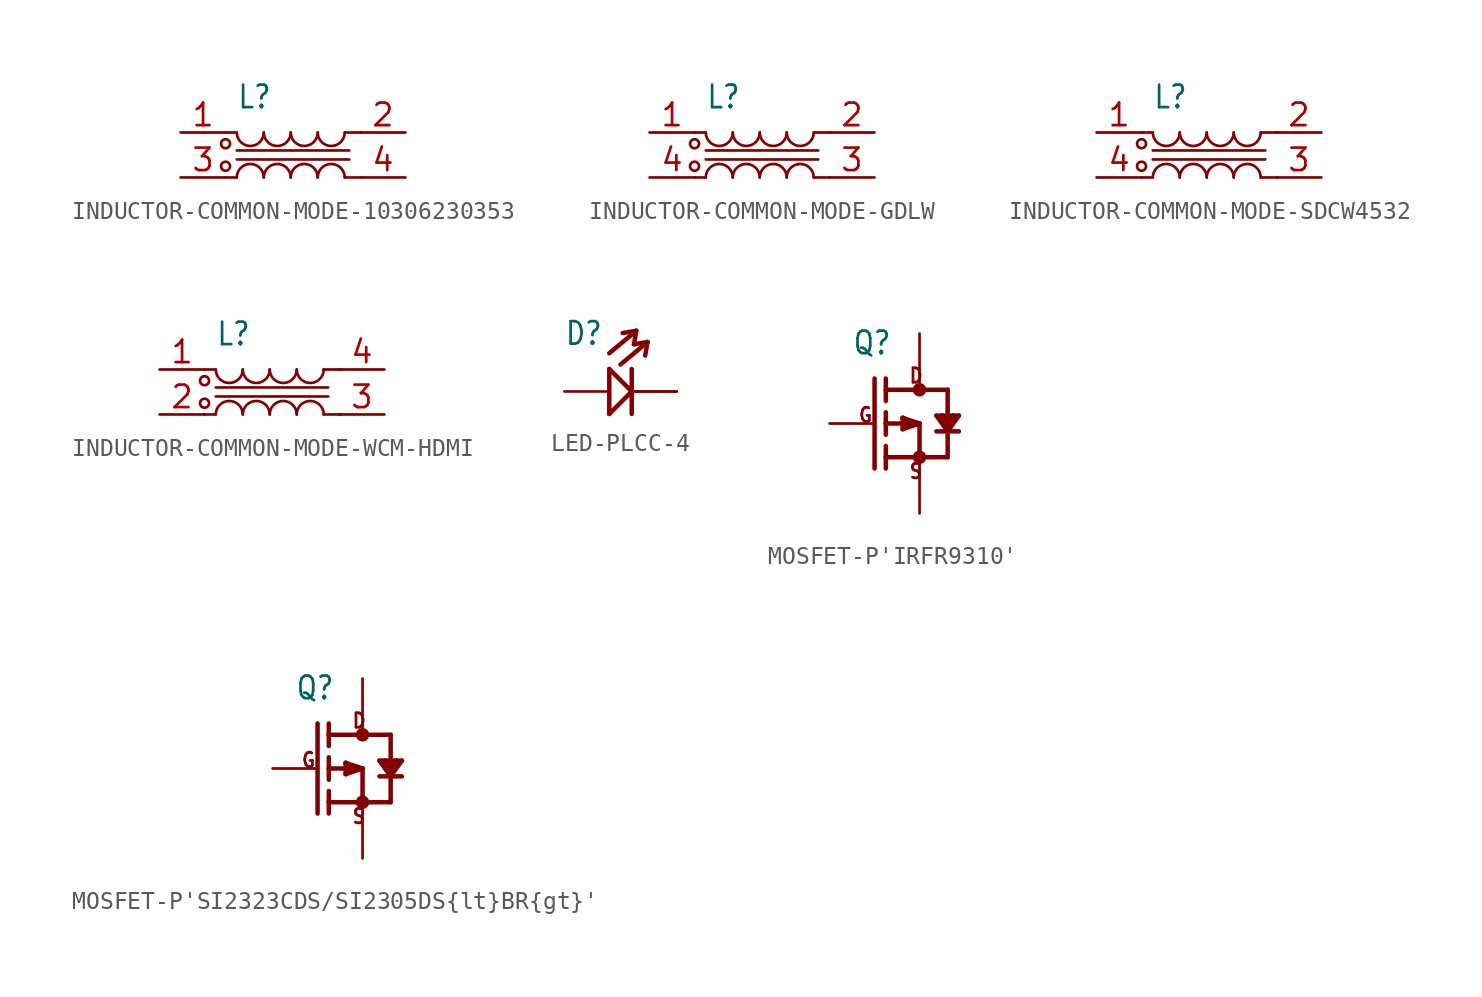
<source format=kicad_sym>
(kicad_symbol_lib
  (version 20220914)
  (generator kicad_symbol_editor)
  (symbol "INDUCTOR-COMMON-MODE-10306230353"
    (property "Reference" "L"
      (at -3.175 2.54 0)
      (effects (font (size 1.27 1.079)) (justify left bottom)))
    (property "Value" ""
      (at -3.175 1.27 0)
      (effects (font (size 1.27 1.079)) (justify left bottom)))
    (property "ki_locked" ""
      (at 0 0 0)
      (effects (font (size 1.27 1.27))))
    (symbol "INDUCTOR-COMMON-MODE-10306230353_1_0"
      (circle (center -3.81 -0.635) (radius 0.254) (stroke (width 0) (type solid)) (fill (type none)))
      (circle (center -3.81 0.635) (radius 0.254) (stroke (width 0) (type solid)) (fill (type none)))
      (arc (start -3.175 1.27) (mid -2.413 0.508) (end -1.651 1.27) (stroke (width 0.1524) (type solid)) (fill (type none)))
      (arc (start -1.651 -1.27) (mid -2.413 -0.508) (end -3.175 -1.27) (stroke (width 0.1524) (type solid)) (fill (type none)))
      (arc (start -1.651 1.27) (mid -0.889 0.508) (end -0.127 1.27) (stroke (width 0.1524) (type solid)) (fill (type none)))
      (arc (start -0.127 -1.27) (mid -0.889 -0.508) (end -1.651 -1.27) (stroke (width 0.1524) (type solid)) (fill (type none)))
      (arc (start -0.127 1.27) (mid 0.635 0.508) (end 1.397 1.27) (stroke (width 0.1524) (type solid)) (fill (type none)))
      (polyline (pts (xy -3.175 -1.27) (xy -3.81 -1.27)) (stroke (width 0.152) (type solid)) (fill (type none)))
      (polyline (pts (xy -3.175 1.27) (xy -3.81 1.27)) (stroke (width 0.152) (type solid)) (fill (type none)))
      (polyline (pts (xy 2.921 -1.27) (xy 3.873 -1.27)) (stroke (width 0.152) (type solid)) (fill (type none)))
      (polyline (pts (xy 2.921 1.27) (xy 3.873 1.27)) (stroke (width 0.152) (type solid)) (fill (type none)))
      (polyline (pts (xy 3.175 -0.254) (xy -3.175 -0.254)) (stroke (width 0.152) (type solid)) (fill (type none)))
      (polyline (pts (xy 3.175 0.254) (xy -3.175 0.254)) (stroke (width 0.152) (type solid)) (fill (type none)))
      (arc (start 1.397 -1.27) (mid 0.635 -0.508) (end -0.127 -1.27) (stroke (width 0.1524) (type solid)) (fill (type none)))
      (arc (start 1.397 1.27) (mid 2.159 0.508) (end 2.921 1.27) (stroke (width 0.1524) (type solid)) (fill (type none)))
      (arc (start 2.921 -1.27) (mid 2.159 -0.508) (end 1.397 -1.27) (stroke (width 0.1524) (type solid)) (fill (type none)))
      (pin bidirectional line (at -6.35 1.27 0) (length 2.54) (name "1" (effects (font (size 0 0)))) (number "1" (effects (font (size 1.27 1.27)))))
      (pin bidirectional line (at 6.35 1.27 180) (length 2.54) (name "2" (effects (font (size 0 0)))) (number "2" (effects (font (size 1.27 1.27)))))
      (pin bidirectional line (at -6.35 -1.27 0) (length 2.54) (name "4" (effects (font (size 0 0)))) (number "3" (effects (font (size 1.27 1.27)))))
      (pin bidirectional line (at 6.35 -1.27 180) (length 2.54) (name "3" (effects (font (size 0 0)))) (number "4" (effects (font (size 1.27 1.27)))))))
  (symbol "INDUCTOR-COMMON-MODE-GDLW"
    (property "Reference" "L"
      (at -3.175 2.54 0)
      (effects (font (size 1.27 1.079)) (justify left bottom)))
    (property "Value" ""
      (at -3.175 1.27 0)
      (effects (font (size 1.27 1.079)) (justify left bottom)))
    (property "ki_locked" ""
      (at 0 0 0)
      (effects (font (size 1.27 1.27))))
    (symbol "INDUCTOR-COMMON-MODE-GDLW_1_0"
      (circle (center -3.81 -0.635) (radius 0.254) (stroke (width 0) (type solid)) (fill (type none)))
      (circle (center -3.81 0.635) (radius 0.254) (stroke (width 0) (type solid)) (fill (type none)))
      (arc (start -3.175 1.27) (mid -2.413 0.508) (end -1.651 1.27) (stroke (width 0.1524) (type solid)) (fill (type none)))
      (arc (start -1.651 -1.27) (mid -2.413 -0.508) (end -3.175 -1.27) (stroke (width 0.1524) (type solid)) (fill (type none)))
      (arc (start -1.651 1.27) (mid -0.889 0.508) (end -0.127 1.27) (stroke (width 0.1524) (type solid)) (fill (type none)))
      (arc (start -0.127 -1.27) (mid -0.889 -0.508) (end -1.651 -1.27) (stroke (width 0.1524) (type solid)) (fill (type none)))
      (arc (start -0.127 1.27) (mid 0.635 0.508) (end 1.397 1.27) (stroke (width 0.1524) (type solid)) (fill (type none)))
      (polyline (pts (xy -3.175 -1.27) (xy -3.81 -1.27)) (stroke (width 0.152) (type solid)) (fill (type none)))
      (polyline (pts (xy -3.175 1.27) (xy -3.81 1.27)) (stroke (width 0.152) (type solid)) (fill (type none)))
      (polyline (pts (xy 2.921 -1.27) (xy 3.873 -1.27)) (stroke (width 0.152) (type solid)) (fill (type none)))
      (polyline (pts (xy 2.921 1.27) (xy 3.873 1.27)) (stroke (width 0.152) (type solid)) (fill (type none)))
      (polyline (pts (xy 3.175 -0.254) (xy -3.175 -0.254)) (stroke (width 0.152) (type solid)) (fill (type none)))
      (polyline (pts (xy 3.175 0.254) (xy -3.175 0.254)) (stroke (width 0.152) (type solid)) (fill (type none)))
      (arc (start 1.397 -1.27) (mid 0.635 -0.508) (end -0.127 -1.27) (stroke (width 0.1524) (type solid)) (fill (type none)))
      (arc (start 1.397 1.27) (mid 2.159 0.508) (end 2.921 1.27) (stroke (width 0.1524) (type solid)) (fill (type none)))
      (arc (start 2.921 -1.27) (mid 2.159 -0.508) (end 1.397 -1.27) (stroke (width 0.1524) (type solid)) (fill (type none)))
      (pin bidirectional line (at -6.35 1.27 0) (length 2.54) (name "1" (effects (font (size 0 0)))) (number "1" (effects (font (size 1.27 1.27)))))
      (pin bidirectional line (at 6.35 1.27 180) (length 2.54) (name "2" (effects (font (size 0 0)))) (number "2" (effects (font (size 1.27 1.27)))))
      (pin bidirectional line (at 6.35 -1.27 180) (length 2.54) (name "3" (effects (font (size 0 0)))) (number "3" (effects (font (size 1.27 1.27)))))
      (pin bidirectional line (at -6.35 -1.27 0) (length 2.54) (name "4" (effects (font (size 0 0)))) (number "4" (effects (font (size 1.27 1.27)))))))
  (symbol "INDUCTOR-COMMON-MODE-SDCW4532"
    (property "Reference" "L"
      (at -3.175 2.54 0)
      (effects (font (size 1.27 1.079)) (justify left bottom)))
    (property "Value" ""
      (at -3.175 1.27 0)
      (effects (font (size 1.27 1.079)) (justify left bottom)))
    (property "ki_locked" ""
      (at 0 0 0)
      (effects (font (size 1.27 1.27))))
    (symbol "INDUCTOR-COMMON-MODE-SDCW4532_1_0"
      (circle (center -3.81 -0.635) (radius 0.254) (stroke (width 0) (type solid)) (fill (type none)))
      (circle (center -3.81 0.635) (radius 0.254) (stroke (width 0) (type solid)) (fill (type none)))
      (arc (start -3.175 1.27) (mid -2.413 0.508) (end -1.651 1.27) (stroke (width 0.1524) (type solid)) (fill (type none)))
      (arc (start -1.651 -1.27) (mid -2.413 -0.508) (end -3.175 -1.27) (stroke (width 0.1524) (type solid)) (fill (type none)))
      (arc (start -1.651 1.27) (mid -0.889 0.508) (end -0.127 1.27) (stroke (width 0.1524) (type solid)) (fill (type none)))
      (arc (start -0.127 -1.27) (mid -0.889 -0.508) (end -1.651 -1.27) (stroke (width 0.1524) (type solid)) (fill (type none)))
      (arc (start -0.127 1.27) (mid 0.635 0.508) (end 1.397 1.27) (stroke (width 0.1524) (type solid)) (fill (type none)))
      (polyline (pts (xy -3.175 -1.27) (xy -3.81 -1.27)) (stroke (width 0.152) (type solid)) (fill (type none)))
      (polyline (pts (xy -3.175 1.27) (xy -3.81 1.27)) (stroke (width 0.152) (type solid)) (fill (type none)))
      (polyline (pts (xy 2.921 -1.27) (xy 3.873 -1.27)) (stroke (width 0.152) (type solid)) (fill (type none)))
      (polyline (pts (xy 2.921 1.27) (xy 3.873 1.27)) (stroke (width 0.152) (type solid)) (fill (type none)))
      (polyline (pts (xy 3.175 -0.254) (xy -3.175 -0.254)) (stroke (width 0.152) (type solid)) (fill (type none)))
      (polyline (pts (xy 3.175 0.254) (xy -3.175 0.254)) (stroke (width 0.152) (type solid)) (fill (type none)))
      (arc (start 1.397 -1.27) (mid 0.635 -0.508) (end -0.127 -1.27) (stroke (width 0.1524) (type solid)) (fill (type none)))
      (arc (start 1.397 1.27) (mid 2.159 0.508) (end 2.921 1.27) (stroke (width 0.1524) (type solid)) (fill (type none)))
      (arc (start 2.921 -1.27) (mid 2.159 -0.508) (end 1.397 -1.27) (stroke (width 0.1524) (type solid)) (fill (type none)))
      (pin bidirectional line (at -6.35 1.27 0) (length 2.54) (name "1" (effects (font (size 0 0)))) (number "1" (effects (font (size 1.27 1.27)))))
      (pin bidirectional line (at 6.35 1.27 180) (length 2.54) (name "2" (effects (font (size 0 0)))) (number "2" (effects (font (size 1.27 1.27)))))
      (pin bidirectional line (at 6.35 -1.27 180) (length 2.54) (name "3" (effects (font (size 0 0)))) (number "3" (effects (font (size 1.27 1.27)))))
      (pin bidirectional line (at -6.35 -1.27 0) (length 2.54) (name "4" (effects (font (size 0 0)))) (number "4" (effects (font (size 1.27 1.27)))))))
  (symbol "INDUCTOR-COMMON-MODE-WCM-HDMI"
    (property "Reference" "L"
      (at -3.175 2.54 0)
      (effects (font (size 1.27 1.079)) (justify left bottom)))
    (property "Value" ""
      (at -3.175 1.27 0)
      (effects (font (size 1.27 1.079)) (justify left bottom)))
    (property "ki_locked" ""
      (at 0 0 0)
      (effects (font (size 1.27 1.27))))
    (symbol "INDUCTOR-COMMON-MODE-WCM-HDMI_1_0"
      (circle (center -3.81 -0.635) (radius 0.254) (stroke (width 0) (type solid)) (fill (type none)))
      (circle (center -3.81 0.635) (radius 0.254) (stroke (width 0) (type solid)) (fill (type none)))
      (arc (start -3.175 1.27) (mid -2.413 0.508) (end -1.651 1.27) (stroke (width 0.1524) (type solid)) (fill (type none)))
      (arc (start -1.651 -1.27) (mid -2.413 -0.508) (end -3.175 -1.27) (stroke (width 0.1524) (type solid)) (fill (type none)))
      (arc (start -1.651 1.27) (mid -0.889 0.508) (end -0.127 1.27) (stroke (width 0.1524) (type solid)) (fill (type none)))
      (arc (start -0.127 -1.27) (mid -0.889 -0.508) (end -1.651 -1.27) (stroke (width 0.1524) (type solid)) (fill (type none)))
      (arc (start -0.127 1.27) (mid 0.635 0.508) (end 1.397 1.27) (stroke (width 0.1524) (type solid)) (fill (type none)))
      (polyline (pts (xy -3.175 -1.27) (xy -3.81 -1.27)) (stroke (width 0.152) (type solid)) (fill (type none)))
      (polyline (pts (xy -3.175 1.27) (xy -3.81 1.27)) (stroke (width 0.152) (type solid)) (fill (type none)))
      (polyline (pts (xy 2.921 -1.27) (xy 3.873 -1.27)) (stroke (width 0.152) (type solid)) (fill (type none)))
      (polyline (pts (xy 2.921 1.27) (xy 3.873 1.27)) (stroke (width 0.152) (type solid)) (fill (type none)))
      (polyline (pts (xy 3.175 -0.254) (xy -3.175 -0.254)) (stroke (width 0.152) (type solid)) (fill (type none)))
      (polyline (pts (xy 3.175 0.254) (xy -3.175 0.254)) (stroke (width 0.152) (type solid)) (fill (type none)))
      (arc (start 1.397 -1.27) (mid 0.635 -0.508) (end -0.127 -1.27) (stroke (width 0.1524) (type solid)) (fill (type none)))
      (arc (start 1.397 1.27) (mid 2.159 0.508) (end 2.921 1.27) (stroke (width 0.1524) (type solid)) (fill (type none)))
      (arc (start 2.921 -1.27) (mid 2.159 -0.508) (end 1.397 -1.27) (stroke (width 0.1524) (type solid)) (fill (type none)))
      (pin bidirectional line (at -6.35 1.27 0) (length 2.54) (name "1" (effects (font (size 0 0)))) (number "1" (effects (font (size 1.27 1.27)))))
      (pin bidirectional line (at -6.35 -1.27 0) (length 2.54) (name "4" (effects (font (size 0 0)))) (number "2" (effects (font (size 1.27 1.27)))))
      (pin bidirectional line (at 6.35 -1.27 180) (length 2.54) (name "3" (effects (font (size 0 0)))) (number "3" (effects (font (size 1.27 1.27)))))
      (pin bidirectional line (at 6.35 1.27 180) (length 2.54) (name "2" (effects (font (size 0 0)))) (number "4" (effects (font (size 1.27 1.27)))))))
  (symbol "LED-PLCC-4"
    (property "Reference" "D"
      (at -2.54 2.54 0)
      (effects (font (size 1.27 1.079)) (justify left bottom)))
    (property "Value" ""
      (at -2.54 1.27 0)
      (effects (font (size 1.27 1.079)) (justify left bottom)))
    (property "ki_locked" ""
      (at 0 0 0)
      (effects (font (size 1.27 1.27))))
    (symbol "LED-PLCC-4_1_0"
      (polyline (pts (xy 0 -1.27) (xy 1.27 0)) (stroke (width 0.254) (type solid)) (fill (type none)))
      (polyline (pts (xy 0 1.27) (xy 0 -1.27)) (stroke (width 0.254) (type solid)) (fill (type none)))
      (polyline (pts (xy 0 2.159) (xy 1.524 3.429)) (stroke (width 0.254) (type solid)) (fill (type none)))
      (polyline (pts (xy 0.635 1.524) (xy 2.159 2.794)) (stroke (width 0.254) (type solid)) (fill (type none)))
      (polyline (pts (xy 1.27 0) (xy 0 1.27)) (stroke (width 0.254) (type solid)) (fill (type none)))
      (polyline (pts (xy 1.27 0) (xy 1.27 -1.27)) (stroke (width 0.254) (type solid)) (fill (type none)))
      (polyline (pts (xy 1.27 1.27) (xy 1.27 0)) (stroke (width 0.254) (type solid)) (fill (type none)))
      (polyline (pts (xy 1.524 3.429) (xy 0.762 3.302)) (stroke (width 0.254) (type solid)) (fill (type none)))
      (polyline (pts (xy 1.524 3.429) (xy 1.397 2.667)) (stroke (width 0.254) (type solid)) (fill (type none)))
      (polyline (pts (xy 2.159 2.794) (xy 1.397 2.667)) (stroke (width 0.254) (type solid)) (fill (type none)))
      (polyline (pts (xy 2.159 2.794) (xy 2.032 2.032)) (stroke (width 0.254) (type solid)) (fill (type none)))
      (pin passive line (at 3.81 0 180) (length 2.54) (name "-" (effects (font (size 0 0)))) (number "1-1" (effects (font (size 0 0)))))
      (pin passive line (at 3.81 0 180) (length 2.54) (name "-" (effects (font (size 0 0)))) (number "1-2" (effects (font (size 0 0)))))
      (pin passive line (at -2.54 0 0) (length 2.54) (name "+" (effects (font (size 0 0)))) (number "2" (effects (font (size 0 0)))))))
  (symbol "MOSFET-P'IRFR9310'"
    (property "Reference" "Q"
      (at -3.81 3.81 0)
      (effects (font (size 1.27 1.079)) (justify left bottom)))
    (property "Value" ""
      (at -3.81 2.54 0)
      (effects (font (size 1.27 1.079)) (justify left bottom)))
    (property "ki_locked" ""
      (at 0 0 0)
      (effects (font (size 1.27 1.27))))
    (symbol "MOSFET-P'IRFR9310'_1_0"
      (circle (center 0 -1.905) (radius 0.254) (stroke (width 0.254) (type solid)) (fill (type none)))
      (polyline (pts (xy -2.54 2.54) (xy -2.54 -2.54)) (stroke (width 0.254) (type solid)) (fill (type none)))
      (polyline (pts (xy -1.905 -2.54) (xy -1.905 -1.905)) (stroke (width 0.254) (type solid)) (fill (type none)))
      (polyline (pts (xy -1.905 -1.905) (xy -1.905 -1.27)) (stroke (width 0.254) (type solid)) (fill (type none)))
      (polyline (pts (xy -1.905 -1.905) (xy 0 -1.905)) (stroke (width 0.254) (type solid)) (fill (type none)))
      (polyline (pts (xy -1.905 0) (xy -1.905 -0.635)) (stroke (width 0.254) (type solid)) (fill (type none)))
      (polyline (pts (xy -1.905 0) (xy -0.318 0)) (stroke (width 0.254) (type solid)) (fill (type none)))
      (polyline (pts (xy -1.905 0.635) (xy -1.905 0)) (stroke (width 0.254) (type solid)) (fill (type none)))
      (polyline (pts (xy -1.905 1.905) (xy -1.905 1.27)) (stroke (width 0.254) (type solid)) (fill (type none)))
      (polyline (pts (xy -1.905 1.905) (xy 0 1.905)) (stroke (width 0.254) (type solid)) (fill (type none)))
      (polyline (pts (xy -1.905 2.54) (xy -1.905 1.905)) (stroke (width 0.254) (type solid)) (fill (type none)))
      (polyline (pts (xy -0.953 -0.318) (xy -0.318 0)) (stroke (width 0.254) (type solid)) (fill (type none)))
      (polyline (pts (xy -0.953 0.318) (xy -0.953 -0.318)) (stroke (width 0.254) (type solid)) (fill (type none)))
      (polyline (pts (xy -0.953 0.318) (xy -0.508 -0.127)) (stroke (width 0.254) (type solid)) (fill (type none)))
      (polyline (pts (xy -0.318 0) (xy -0.953 0.318)) (stroke (width 0.254) (type solid)) (fill (type none)))
      (polyline (pts (xy -0.318 0) (xy 0 0)) (stroke (width 0.152) (type solid)) (fill (type none)))
      (polyline (pts (xy 0 -1.905) (xy 0 -2.54)) (stroke (width 0.152) (type solid)) (fill (type none)))
      (polyline (pts (xy 0 0) (xy -0.953 -0.318)) (stroke (width 0.254) (type solid)) (fill (type none)))
      (polyline (pts (xy 0 0) (xy -0.953 0.318)) (stroke (width 0.254) (type solid)) (fill (type none)))
      (polyline (pts (xy 0 0) (xy 0 -1.905)) (stroke (width 0.254) (type solid)) (fill (type none)))
      (polyline (pts (xy 0 1.905) (xy 1.587 1.905)) (stroke (width 0.254) (type solid)) (fill (type none)))
      (polyline (pts (xy 0 2.54) (xy 0 1.905)) (stroke (width 0.152) (type solid)) (fill (type none)))
      (polyline (pts (xy 0.953 -0.445) (xy 1.587 -0.445)) (stroke (width 0.254) (type solid)) (fill (type none)))
      (polyline (pts (xy 0.953 0.445) (xy 1.27 0.445)) (stroke (width 0.254) (type solid)) (fill (type none)))
      (polyline (pts (xy 1.27 0.318) (xy 1.587 0)) (stroke (width 0.254) (type solid)) (fill (type none)))
      (polyline (pts (xy 1.27 0.445) (xy 1.587 0)) (stroke (width 0.254) (type solid)) (fill (type none)))
      (polyline (pts (xy 1.27 0.445) (xy 1.905 0.445)) (stroke (width 0.254) (type solid)) (fill (type none)))
      (polyline (pts (xy 1.587 -1.905) (xy 0 -1.905)) (stroke (width 0.254) (type solid)) (fill (type none)))
      (polyline (pts (xy 1.587 -0.445) (xy 0.953 0.445)) (stroke (width 0.254) (type solid)) (fill (type none)))
      (polyline (pts (xy 1.587 -0.445) (xy 1.587 -1.905)) (stroke (width 0.254) (type solid)) (fill (type none)))
      (polyline (pts (xy 1.587 -0.445) (xy 2.223 -0.445)) (stroke (width 0.254) (type solid)) (fill (type none)))
      (polyline (pts (xy 1.587 0) (xy 1.587 -0.445)) (stroke (width 0.254) (type solid)) (fill (type none)))
      (polyline (pts (xy 1.587 0) (xy 1.905 0.318)) (stroke (width 0.254) (type solid)) (fill (type none)))
      (polyline (pts (xy 1.587 0) (xy 1.905 0.445)) (stroke (width 0.254) (type solid)) (fill (type none)))
      (polyline (pts (xy 1.587 1.905) (xy 1.587 0)) (stroke (width 0.254) (type solid)) (fill (type none)))
      (polyline (pts (xy 1.905 0.445) (xy 2.223 0.445)) (stroke (width 0.254) (type solid)) (fill (type none)))
      (polyline (pts (xy 2.223 0.445) (xy 1.587 -0.445)) (stroke (width 0.254) (type solid)) (fill (type none)))
      (circle (center 0 1.905) (radius 0.254) (stroke (width 0.254) (type solid)) (fill (type none)))
      (text "D" (at -0.635 2.223 0) (effects (font (size 0.813 0.691)) (justify left bottom)))
      (text "G" (at -3.493 0 0) (effects (font (size 0.813 0.691)) (justify left bottom)))
      (text "S" (at -0.635 -3.175 0) (effects (font (size 0.813 0.691)) (justify left bottom)))
      (pin passive line (at -5.08 0 0) (length 2.54) (name "G" (effects (font (size 0 0)))) (number "1" (effects (font (size 0 0)))))
      (pin passive line (at 0 5.08 270) (length 2.54) (name "D" (effects (font (size 0 0)))) (number "2" (effects (font (size 0 0)))))
      (pin passive line (at 0 -5.08 90) (length 2.54) (name "S" (effects (font (size 0 0)))) (number "3" (effects (font (size 0 0)))))))
  (symbol "MOSFET-P'SI2323CDS/SI2305DS{lt}BR{gt}'"
    (property "Reference" "Q"
      (at -3.81 3.81 0)
      (effects (font (size 1.27 1.079)) (justify left bottom)))
    (property "Value" ""
      (at -3.81 2.54 0)
      (effects (font (size 1.27 1.079)) (justify left bottom)))
    (property "ki_locked" ""
      (at 0 0 0)
      (effects (font (size 1.27 1.27))))
    (symbol "MOSFET-P'SI2323CDS/SI2305DS{lt}BR{gt}'_1_0"
      (circle (center 0 -1.905) (radius 0.254) (stroke (width 0.254) (type solid)) (fill (type none)))
      (polyline (pts (xy -2.54 2.54) (xy -2.54 -2.54)) (stroke (width 0.254) (type solid)) (fill (type none)))
      (polyline (pts (xy -1.905 -2.54) (xy -1.905 -1.905)) (stroke (width 0.254) (type solid)) (fill (type none)))
      (polyline (pts (xy -1.905 -1.905) (xy -1.905 -1.27)) (stroke (width 0.254) (type solid)) (fill (type none)))
      (polyline (pts (xy -1.905 -1.905) (xy 0 -1.905)) (stroke (width 0.254) (type solid)) (fill (type none)))
      (polyline (pts (xy -1.905 0) (xy -1.905 -0.635)) (stroke (width 0.254) (type solid)) (fill (type none)))
      (polyline (pts (xy -1.905 0) (xy -0.318 0)) (stroke (width 0.254) (type solid)) (fill (type none)))
      (polyline (pts (xy -1.905 0.635) (xy -1.905 0)) (stroke (width 0.254) (type solid)) (fill (type none)))
      (polyline (pts (xy -1.905 1.905) (xy -1.905 1.27)) (stroke (width 0.254) (type solid)) (fill (type none)))
      (polyline (pts (xy -1.905 1.905) (xy 0 1.905)) (stroke (width 0.254) (type solid)) (fill (type none)))
      (polyline (pts (xy -1.905 2.54) (xy -1.905 1.905)) (stroke (width 0.254) (type solid)) (fill (type none)))
      (polyline (pts (xy -0.953 -0.318) (xy -0.318 0)) (stroke (width 0.254) (type solid)) (fill (type none)))
      (polyline (pts (xy -0.953 0.318) (xy -0.953 -0.318)) (stroke (width 0.254) (type solid)) (fill (type none)))
      (polyline (pts (xy -0.953 0.318) (xy -0.508 -0.127)) (stroke (width 0.254) (type solid)) (fill (type none)))
      (polyline (pts (xy -0.318 0) (xy -0.953 0.318)) (stroke (width 0.254) (type solid)) (fill (type none)))
      (polyline (pts (xy -0.318 0) (xy 0 0)) (stroke (width 0.152) (type solid)) (fill (type none)))
      (polyline (pts (xy 0 -1.905) (xy 0 -2.54)) (stroke (width 0.152) (type solid)) (fill (type none)))
      (polyline (pts (xy 0 0) (xy -0.953 -0.318)) (stroke (width 0.254) (type solid)) (fill (type none)))
      (polyline (pts (xy 0 0) (xy -0.953 0.318)) (stroke (width 0.254) (type solid)) (fill (type none)))
      (polyline (pts (xy 0 0) (xy 0 -1.905)) (stroke (width 0.254) (type solid)) (fill (type none)))
      (polyline (pts (xy 0 1.905) (xy 1.587 1.905)) (stroke (width 0.254) (type solid)) (fill (type none)))
      (polyline (pts (xy 0 2.54) (xy 0 1.905)) (stroke (width 0.152) (type solid)) (fill (type none)))
      (polyline (pts (xy 0.953 -0.445) (xy 1.587 -0.445)) (stroke (width 0.254) (type solid)) (fill (type none)))
      (polyline (pts (xy 0.953 0.445) (xy 1.27 0.445)) (stroke (width 0.254) (type solid)) (fill (type none)))
      (polyline (pts (xy 1.27 0.318) (xy 1.587 0)) (stroke (width 0.254) (type solid)) (fill (type none)))
      (polyline (pts (xy 1.27 0.445) (xy 1.587 0)) (stroke (width 0.254) (type solid)) (fill (type none)))
      (polyline (pts (xy 1.27 0.445) (xy 1.905 0.445)) (stroke (width 0.254) (type solid)) (fill (type none)))
      (polyline (pts (xy 1.587 -1.905) (xy 0 -1.905)) (stroke (width 0.254) (type solid)) (fill (type none)))
      (polyline (pts (xy 1.587 -0.445) (xy 0.953 0.445)) (stroke (width 0.254) (type solid)) (fill (type none)))
      (polyline (pts (xy 1.587 -0.445) (xy 1.587 -1.905)) (stroke (width 0.254) (type solid)) (fill (type none)))
      (polyline (pts (xy 1.587 -0.445) (xy 2.223 -0.445)) (stroke (width 0.254) (type solid)) (fill (type none)))
      (polyline (pts (xy 1.587 0) (xy 1.587 -0.445)) (stroke (width 0.254) (type solid)) (fill (type none)))
      (polyline (pts (xy 1.587 0) (xy 1.905 0.318)) (stroke (width 0.254) (type solid)) (fill (type none)))
      (polyline (pts (xy 1.587 0) (xy 1.905 0.445)) (stroke (width 0.254) (type solid)) (fill (type none)))
      (polyline (pts (xy 1.587 1.905) (xy 1.587 0)) (stroke (width 0.254) (type solid)) (fill (type none)))
      (polyline (pts (xy 1.905 0.445) (xy 2.223 0.445)) (stroke (width 0.254) (type solid)) (fill (type none)))
      (polyline (pts (xy 2.223 0.445) (xy 1.587 -0.445)) (stroke (width 0.254) (type solid)) (fill (type none)))
      (circle (center 0 1.905) (radius 0.254) (stroke (width 0.254) (type solid)) (fill (type none)))
      (text "D" (at -0.635 2.223 0) (effects (font (size 0.813 0.691)) (justify left bottom)))
      (text "G" (at -3.493 0 0) (effects (font (size 0.813 0.691)) (justify left bottom)))
      (text "S" (at -0.635 -3.175 0) (effects (font (size 0.813 0.691)) (justify left bottom)))
      (pin passive line (at -5.08 0 0) (length 2.54) (name "G" (effects (font (size 0 0)))) (number "1" (effects (font (size 0 0)))))
      (pin passive line (at 0 -5.08 90) (length 2.54) (name "S" (effects (font (size 0 0)))) (number "2" (effects (font (size 0 0)))))
      (pin passive line (at 0 5.08 270) (length 2.54) (name "D" (effects (font (size 0 0)))) (number "3" (effects (font (size 0 0))))))))
</source>
